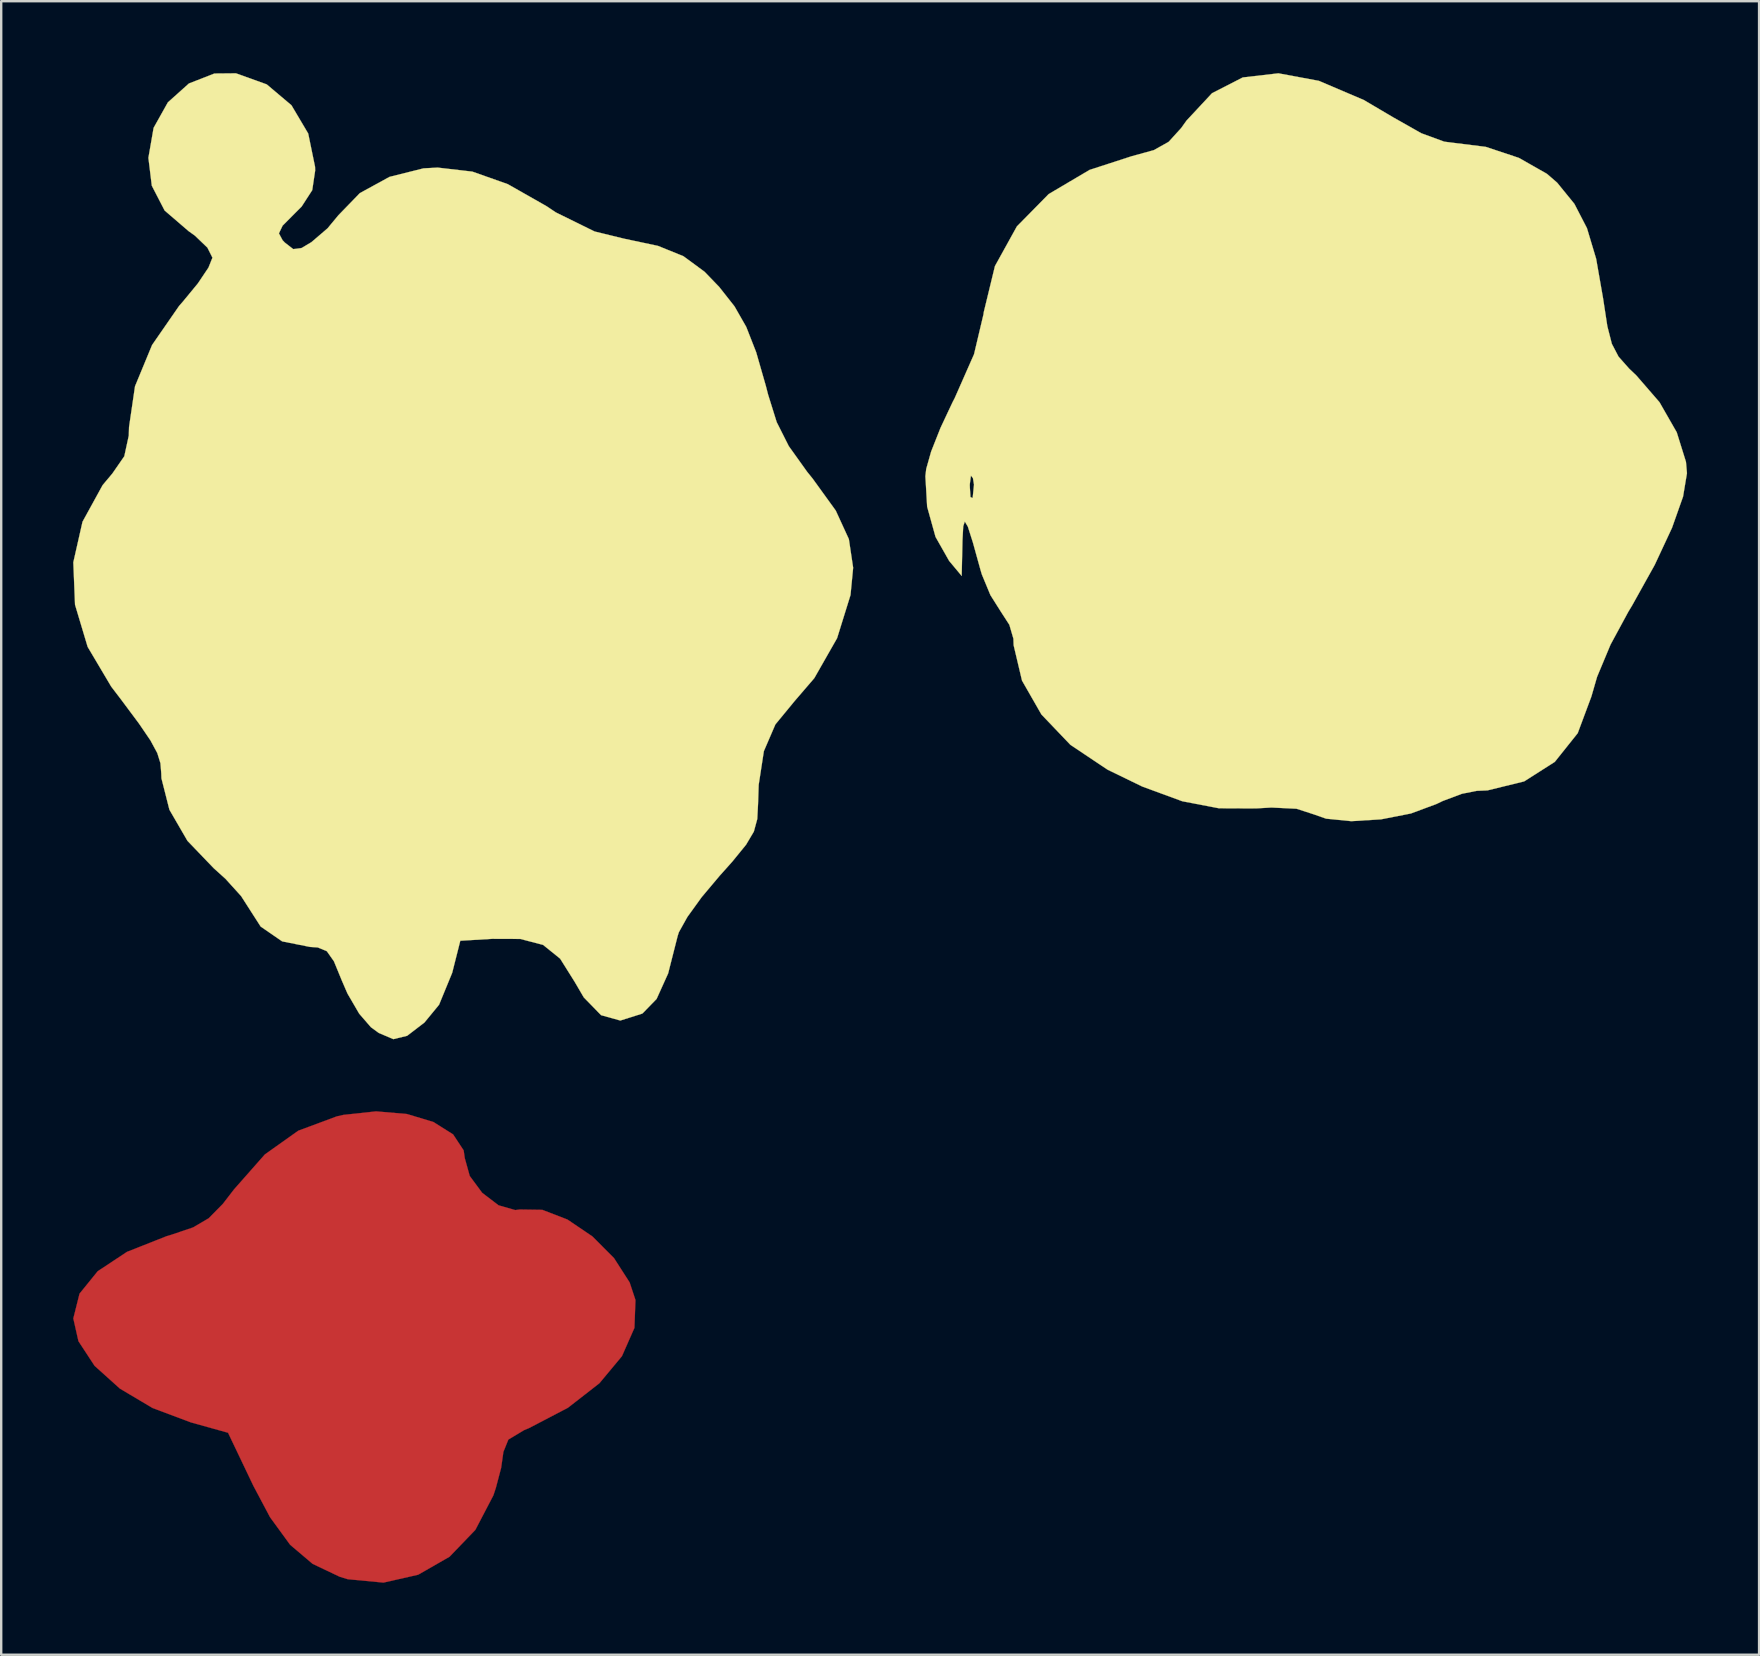
<source format=kicad_pcb>
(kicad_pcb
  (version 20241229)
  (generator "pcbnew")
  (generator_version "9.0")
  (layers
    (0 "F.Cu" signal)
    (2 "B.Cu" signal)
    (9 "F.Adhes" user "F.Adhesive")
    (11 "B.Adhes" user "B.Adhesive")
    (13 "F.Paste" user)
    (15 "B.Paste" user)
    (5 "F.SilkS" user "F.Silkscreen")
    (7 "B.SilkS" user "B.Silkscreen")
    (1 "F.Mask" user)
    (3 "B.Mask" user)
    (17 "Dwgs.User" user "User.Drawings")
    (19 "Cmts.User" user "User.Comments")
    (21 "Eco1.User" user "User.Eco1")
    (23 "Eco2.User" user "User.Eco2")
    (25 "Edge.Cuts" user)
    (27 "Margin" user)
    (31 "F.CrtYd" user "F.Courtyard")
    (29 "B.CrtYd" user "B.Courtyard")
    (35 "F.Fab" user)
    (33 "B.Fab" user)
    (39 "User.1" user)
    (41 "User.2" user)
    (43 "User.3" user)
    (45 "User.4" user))
  (footprint "touchpad2"
    (layer "F.Cu")
    (at 11.769 53.073)
    (property "Reference" "touchpad2" (at 0 0 0) (layer "F.Cu") (effects (font (size 1.524 1.524) (thickness 0.3))))
    (attr through_hole)
    (fp_poly (pts (xy 2.134 -9.708) (xy 3.237 -9.376) (xy 4.059 -8.859) (xy 4.499 -8.192) (xy 4.545 -7.871) (xy 4.752 -7.126) (xy 5.271 -6.424) (xy 5.953 -5.904) (xy 6.649 -5.705) (xy 6.835 -5.729) (xy 7.776 -5.715) (xy 8.824 -5.311) (xy 9.86 -4.61) (xy 10.763 -3.705) (xy 11.414 -2.692) (xy 11.657 -1.96) (xy 11.614 -0.798) (xy 11.095 0.379) (xy 10.154 1.51) (xy 8.844 2.53) (xy 7.219 3.379) (xy 7.018 3.462) (xy 6.361 3.857) (xy 6.15 4.381) (xy 6.149 4.41) (xy 6.061 5.032) (xy 5.84 5.87) (xy 5.738 6.179) (xy 4.986 7.619) (xy 3.91 8.738) (xy 2.603 9.487) (xy 1.158 9.815) (xy -0.331 9.674) (xy -0.668 9.57) (xy -1.793 9.035) (xy -2.73 8.24) (xy -3.568 7.09) (xy -4.261 5.784) (xy -5.317 3.572) (xy -6.869 3.139) (xy -8.461 2.542) (xy -9.823 1.733) (xy -10.879 0.782) (xy -11.551 -0.244) (xy -11.764 -1.19) (xy -11.505 -2.223) (xy -10.748 -3.157) (xy -9.527 -3.965) (xy -7.874 -4.619) (xy -7.68 -4.676) (xy -6.773 -4.983) (xy -6.124 -5.364) (xy -5.535 -5.962) (xy -5.062 -6.575) (xy -3.782 -8.025) (xy -2.392 -9.012) (xy -0.786 -9.609) (xy -0.512 -9.671) (xy 0.851 -9.818) (xy 2.134 -9.708)) (stroke (width 0.01) (type solid)) (fill yes) (layer "F.Cu")))
  (footprint "mareep_touchpad"
    (layer "F.Cu")
    (at 51.206 15.464)
    (property "Reference" "mareep_touchpad" (at 0 0 0) (layer "F.SilkS") (effects (font (size 1.524 1.524) (thickness 0.3))))
    (attr through_hole)
    (fp_poly (pts (xy 0.693 -15.146) (xy 2.565 -14.348) (xy 3.8 -13.62) (xy 4.963 -12.962) (xy 5.916 -12.612) (xy 6.276 -12.566) (xy 7.649 -12.395) (xy 9.027 -11.936) (xy 10.197 -11.271) (xy 10.622 -10.903) (xy 11.34 -10.021) (xy 11.864 -9.008) (xy 12.247 -7.731) (xy 12.54 -6.057) (xy 12.546 -6.013) (xy 12.714 -4.918) (xy 12.901 -4.188) (xy 13.179 -3.656) (xy 13.622 -3.155) (xy 13.92 -2.872) (xy 14.885 -1.758) (xy 15.605 -0.501) (xy 15.989 0.729) (xy 16.03 1.203) (xy 15.868 2.176) (xy 15.408 3.477) (xy 14.688 5.02) (xy 13.743 6.717) (xy 13.591 6.968) (xy 12.847 8.342) (xy 12.285 9.687) (xy 12.048 10.507) (xy 11.479 12.033) (xy 10.524 13.229) (xy 9.248 14.042) (xy 7.719 14.417) (xy 7.275 14.436) (xy 6.658 14.557) (xy 5.856 14.858) (xy 5.593 14.984) (xy 4.53 15.379) (xy 3.286 15.623) (xy 2.047 15.7) (xy 0.995 15.595) (xy 0.493 15.419) (xy -0.235 15.182) (xy -1.284 15.131) (xy -1.944 15.169) (xy -3.465 15.163) (xy -4.995 14.87) (xy -6.665 14.256) (xy -8.108 13.555) (xy -9.656 12.521) (xy -10.865 11.255) (xy -11.674 9.843) (xy -12.023 8.37) (xy -12.032 8.098) (xy -12.201 7.518) (xy -12.569 6.949) (xy -12.991 6.28) (xy -13.349 5.416) (xy -13.402 5.237) (xy -13.72 4.09) (xy -13.931 3.428) (xy -14.058 3.215) (xy -14.124 3.416) (xy -14.155 3.999) (xy -14.158 4.144) (xy -14.188 5.481) (xy -14.711 4.854) (xy -15.277 3.856) (xy -15.627 2.597) (xy -15.676 1.738) (xy -13.851 1.738) (xy -13.822 2.195) (xy -13.738 2.235) (xy -13.728 2.211) (xy -13.675 1.68) (xy -13.718 1.409) (xy -13.803 1.3) (xy -13.849 1.655) (xy -13.851 1.738) (xy -15.676 1.738) (xy -15.7 1.328) (xy -15.665 1.023) (xy -15.461 0.301) (xy -15.069 -0.69) (xy -14.568 -1.755) (xy -14.478 -1.929) (xy -13.673 -3.755) (xy -13.278 -5.423) (xy -13.268 -5.507) (xy -12.802 -7.428) (xy -11.888 -9.081) (xy -10.562 -10.429) (xy -8.858 -11.436) (xy -7.111 -12.003) (xy -6.181 -12.259) (xy -5.564 -12.605) (xy -5.04 -13.182) (xy -4.822 -13.488) (xy -3.758 -14.63) (xy -2.478 -15.287) (xy -0.991 -15.459) (xy 0.693 -15.146)) (stroke (width 0.01) (type solid)) (fill yes) (layer "F.SilkS")))
  (footprint "mareep_fcut"
    (layer "F.Cu")
    (at 16.229 19.969)
    (property "Reference" "mareep_fcut" (at 0 0 0) (layer "F.SilkS") (effects (font (size 1.524 1.524) (thickness 0.3))))
    (attr through_hole)
    (fp_poly (pts (xy -8.166 -19.503) (xy -7.136 -18.634) (xy -6.438 -17.456) (xy -6.152 -16.066) (xy -6.149 -15.908) (xy -6.27 -15.096) (xy -6.712 -14.413) (xy -6.995 -14.13) (xy -7.505 -13.617) (xy -7.658 -13.296) (xy -7.507 -13.012) (xy -7.412 -12.912) (xy -7.062 -12.64) (xy -6.71 -12.687) (xy -6.303 -12.93) (xy -5.631 -13.506) (xy -5.179 -14.052) (xy -4.286 -14.973) (xy -3.049 -15.65) (xy -1.634 -16.004) (xy -1.046 -16.036) (xy 0.403 -15.868) (xy 1.878 -15.346) (xy 3.498 -14.425) (xy 3.88 -14.169) (xy 5.492 -13.375) (xy 6.724 -13.074) (xy 8.136 -12.774) (xy 9.194 -12.345) (xy 10.078 -11.695) (xy 10.688 -11.062) (xy 11.323 -10.256) (xy 11.813 -9.399) (xy 12.227 -8.342) (xy 12.631 -6.936) (xy 12.722 -6.582) (xy 13.082 -5.43) (xy 13.586 -4.43) (xy 14.352 -3.359) (xy 14.581 -3.075) (xy 15.542 -1.746) (xy 16.089 -0.555) (xy 16.267 0.636) (xy 16.157 1.773) (xy 15.598 3.57) (xy 14.649 5.235) (xy 13.822 6.197) (xy 13.027 7.163) (xy 12.547 8.277) (xy 12.331 9.681) (xy 12.305 10.467) (xy 12.272 11.104) (xy 12.13 11.628) (xy 11.806 12.175) (xy 11.229 12.883) (xy 10.7 13.475) (xy 9.957 14.358) (xy 9.36 15.186) (xy 9.006 15.82) (xy 8.956 15.975) (xy 8.559 17.537) (xy 8.078 18.601) (xy 7.496 19.2) (xy 7.468 19.216) (xy 6.566 19.501) (xy 5.765 19.278) (xy 5.044 18.537) (xy 4.671 17.899) (xy 4.06 16.924) (xy 3.348 16.349) (xy 2.397 16.101) (xy 1.237 16.097) (xy -0.101 16.176) (xy -0.439 17.513) (xy -0.985 18.842) (xy -1.596 19.585) (xy -2.316 20.137) (xy -2.891 20.277) (xy -3.497 20.019) (xy -3.825 19.779) (xy -4.313 19.216) (xy -4.803 18.374) (xy -5.034 17.84) (xy -5.366 17.033) (xy -5.662 16.612) (xy -6.04 16.455) (xy -6.364 16.434) (xy -7.522 16.203) (xy -8.418 15.586) (xy -8.843 14.924) (xy -9.232 14.317) (xy -9.885 13.596) (xy -10.374 13.155) (xy -11.468 12.015) (xy -12.22 10.719) (xy -12.552 9.41) (xy -12.56 9.197) (xy -12.594 8.78) (xy -12.726 8.356) (xy -13.008 7.833) (xy -13.495 7.118) (xy -14.241 6.117) (xy -14.645 5.588) (xy -15.627 3.932) (xy -16.153 2.176) (xy -16.224 0.41) (xy -15.841 -1.28) (xy -15.003 -2.806) (xy -14.598 -3.289) (xy -14.1 -4.009) (xy -13.913 -4.87) (xy -13.903 -5.225) (xy -13.654 -6.924) (xy -12.942 -8.646) (xy -11.819 -10.269) (xy -11.657 -10.455) (xy -11.035 -11.21) (xy -10.593 -11.869) (xy -10.427 -12.283) (xy -10.637 -12.701) (xy -11.163 -13.205) (xy -11.423 -13.39) (xy -12.42 -14.248) (xy -12.954 -15.282) (xy -13.096 -16.443) (xy -12.879 -17.692) (xy -12.284 -18.755) (xy -11.407 -19.541) (xy -10.344 -19.956) (xy -9.448 -19.964) (xy -8.166 -19.503)) (stroke (width 0.01) (type solid)) (fill yes) (layer "F.SilkS")))
  (gr_rect
    (start -3 -3)
    (end 70.241 65.893)
    (stroke (width 0.1) (type default))
    (fill no)
    (layer "Edge.Cuts")))
</source>
